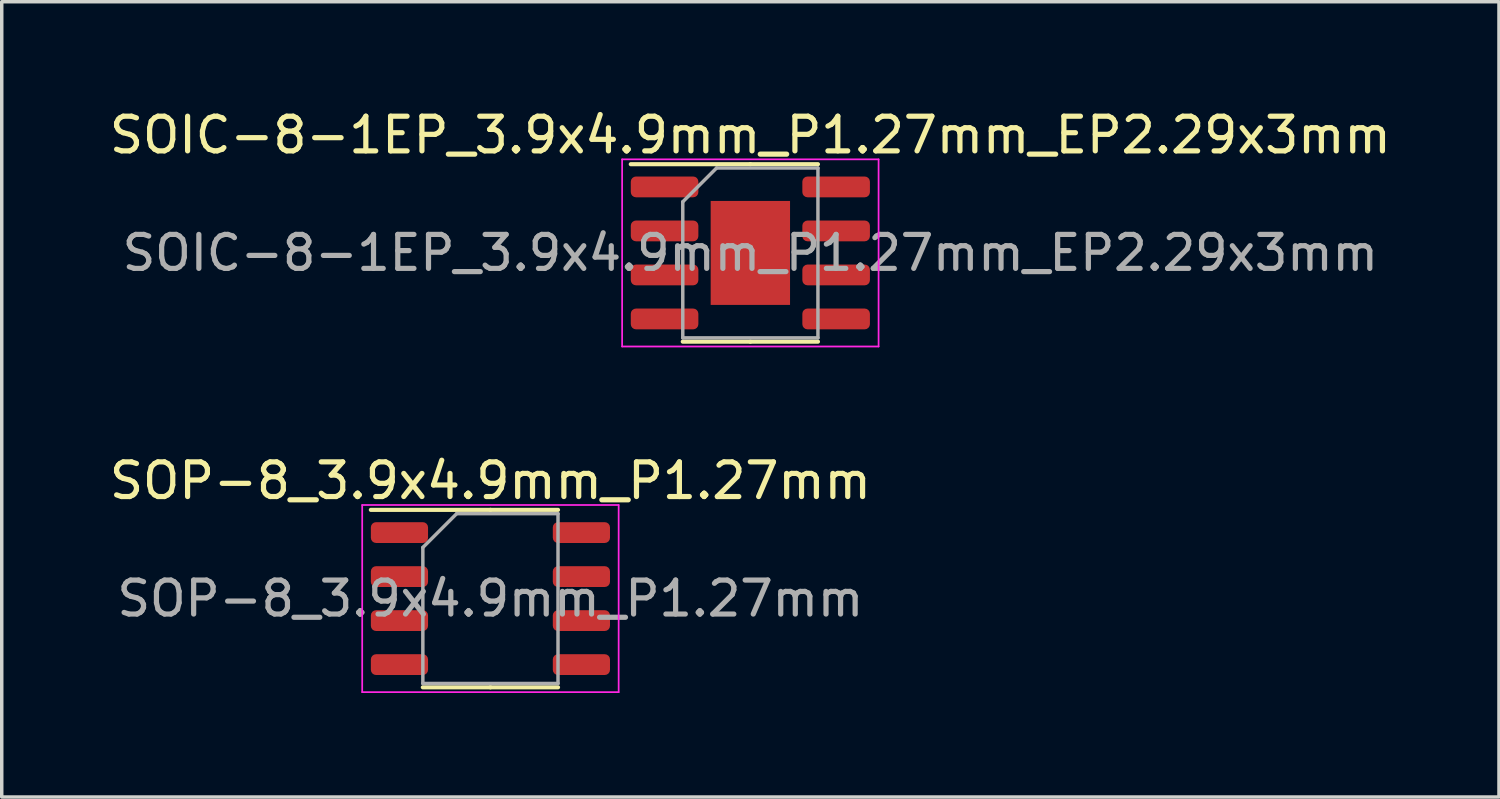
<source format=kicad_pcb>
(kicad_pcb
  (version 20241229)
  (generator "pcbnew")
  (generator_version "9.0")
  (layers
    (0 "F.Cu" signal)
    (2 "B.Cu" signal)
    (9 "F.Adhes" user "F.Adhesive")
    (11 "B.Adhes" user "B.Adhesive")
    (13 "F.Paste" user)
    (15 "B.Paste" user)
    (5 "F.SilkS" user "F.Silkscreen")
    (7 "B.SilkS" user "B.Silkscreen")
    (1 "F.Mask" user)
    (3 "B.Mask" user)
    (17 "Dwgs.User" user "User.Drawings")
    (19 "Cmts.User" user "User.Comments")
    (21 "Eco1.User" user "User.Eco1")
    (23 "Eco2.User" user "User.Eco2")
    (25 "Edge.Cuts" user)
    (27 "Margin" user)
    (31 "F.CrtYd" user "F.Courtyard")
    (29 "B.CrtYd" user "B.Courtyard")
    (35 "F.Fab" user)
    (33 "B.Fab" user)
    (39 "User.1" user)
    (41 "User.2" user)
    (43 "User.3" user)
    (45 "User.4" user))
  (footprint "SOP-8_3.9x4.9mm_P1.27mm"
    (layer "F.Cu")
    (at 11.101 14.222)
    (property "Reference" "SOP-8_3.9x4.9mm_P1.27mm" (at 0 -3.4 0) (layer "F.SilkS") (effects (font (size 1 1) (thickness 0.15))))
    (attr smd)
    (fp_line (start 0 -2.56) (end -3.45 -2.56) (stroke (width 0.12) (type solid)) (layer "F.SilkS"))
    (fp_line (start 0 -2.56) (end 1.95 -2.56) (stroke (width 0.12) (type solid)) (layer "F.SilkS"))
    (fp_line (start 0 2.56) (end -1.95 2.56) (stroke (width 0.12) (type solid)) (layer "F.SilkS"))
    (fp_line (start 0 2.56) (end 1.95 2.56) (stroke (width 0.12) (type solid)) (layer "F.SilkS"))
    (fp_line (start -3.7 -2.7) (end -3.7 2.7) (stroke (width 0.05) (type solid)) (layer "F.CrtYd"))
    (fp_line (start -3.7 2.7) (end 3.7 2.7) (stroke (width 0.05) (type solid)) (layer "F.CrtYd"))
    (fp_line (start 3.7 -2.7) (end -3.7 -2.7) (stroke (width 0.05) (type solid)) (layer "F.CrtYd"))
    (fp_line (start 3.7 2.7) (end 3.7 -2.7) (stroke (width 0.05) (type solid)) (layer "F.CrtYd"))
    (fp_line (start -1.95 -1.475) (end -0.975 -2.45) (stroke (width 0.1) (type solid)) (layer "F.Fab"))
    (fp_line (start -1.95 2.45) (end -1.95 -1.475) (stroke (width 0.1) (type solid)) (layer "F.Fab"))
    (fp_line (start -0.975 -2.45) (end 1.95 -2.45) (stroke (width 0.1) (type solid)) (layer "F.Fab"))
    (fp_line (start 1.95 -2.45) (end 1.95 2.45) (stroke (width 0.1) (type solid)) (layer "F.Fab"))
    (fp_line (start 1.95 2.45) (end -1.95 2.45) (stroke (width 0.1) (type solid)) (layer "F.Fab"))
    (fp_text user "${REFERENCE}" (at 0 0 0) (layer "F.Fab") (effects (font (size 0.98 0.98) (thickness 0.15))))
    (pad "D" smd roundrect (at 2.625 -1.905) (size 1.65 0.6) (layers "F.Cu" "F.Mask" "F.Paste") (roundrect_rratio 0.25))
    (pad "D" smd roundrect (at 2.625 -0.635) (size 1.65 0.6) (layers "F.Cu" "F.Mask" "F.Paste") (roundrect_rratio 0.25))
    (pad "D" smd roundrect (at 2.625 0.635) (size 1.65 0.6) (layers "F.Cu" "F.Mask" "F.Paste") (roundrect_rratio 0.25))
    (pad "D" smd roundrect (at 2.625 1.905) (size 1.65 0.6) (layers "F.Cu" "F.Mask" "F.Paste") (roundrect_rratio 0.25))
    (pad "G" smd roundrect (at -2.625 1.905) (size 1.65 0.6) (layers "F.Cu" "F.Mask" "F.Paste") (roundrect_rratio 0.25))
    (pad "S" smd roundrect (at -2.625 -1.905) (size 1.65 0.6) (layers "F.Cu" "F.Mask" "F.Paste") (roundrect_rratio 0.25))
    (pad "S" smd roundrect (at -2.625 -0.635) (size 1.65 0.6) (layers "F.Cu" "F.Mask" "F.Paste") (roundrect_rratio 0.25))
    (pad "S" smd roundrect (at -2.625 0.635) (size 1.65 0.6) (layers "F.Cu" "F.Mask" "F.Paste") (roundrect_rratio 0.25)))
  (footprint "SOIC-8-1EP_3.9x4.9mm_P1.27mm_EP2.29x3mm"
    (layer "F.Cu")
    (at 18.601 4.248)
    (property "Reference" "SOIC-8-1EP_3.9x4.9mm_P1.27mm_EP2.29x3mm" (at 0 -3.4 0) (layer "F.SilkS") (effects (font (size 1 1) (thickness 0.15))))
    (attr smd)
    (fp_line (start 0 -2.56) (end -3.45 -2.56) (stroke (width 0.12) (type solid)) (layer "F.SilkS"))
    (fp_line (start 0 -2.56) (end 1.95 -2.56) (stroke (width 0.12) (type solid)) (layer "F.SilkS"))
    (fp_line (start 0 2.56) (end -1.95 2.56) (stroke (width 0.12) (type solid)) (layer "F.SilkS"))
    (fp_line (start 0 2.56) (end 1.95 2.56) (stroke (width 0.12) (type solid)) (layer "F.SilkS"))
    (fp_line (start -3.7 -2.7) (end -3.7 2.7) (stroke (width 0.05) (type solid)) (layer "F.CrtYd"))
    (fp_line (start -3.7 2.7) (end 3.7 2.7) (stroke (width 0.05) (type solid)) (layer "F.CrtYd"))
    (fp_line (start 3.7 -2.7) (end -3.7 -2.7) (stroke (width 0.05) (type solid)) (layer "F.CrtYd"))
    (fp_line (start 3.7 2.7) (end 3.7 -2.7) (stroke (width 0.05) (type solid)) (layer "F.CrtYd"))
    (fp_line (start -1.95 -1.475) (end -0.975 -2.45) (stroke (width 0.1) (type solid)) (layer "F.Fab"))
    (fp_line (start -1.95 2.45) (end -1.95 -1.475) (stroke (width 0.1) (type solid)) (layer "F.Fab"))
    (fp_line (start -0.975 -2.45) (end 1.95 -2.45) (stroke (width 0.1) (type solid)) (layer "F.Fab"))
    (fp_line (start 1.95 -2.45) (end 1.95 2.45) (stroke (width 0.1) (type solid)) (layer "F.Fab"))
    (fp_line (start 1.95 2.45) (end -1.95 2.45) (stroke (width 0.1) (type solid)) (layer "F.Fab"))
    (fp_text user "${REFERENCE}" (at 0 0 0) (layer "F.Fab") (effects (font (size 0.98 0.98) (thickness 0.15))))
    (pad "" smd roundrect (at -0.57 -0.75) (size 0.92 1.21) (layers "F.Paste") (roundrect_rratio 0.25))
    (pad "" smd roundrect (at -0.57 0.75) (size 0.92 1.21) (layers "F.Paste") (roundrect_rratio 0.25))
    (pad "" smd roundrect (at 0.57 -0.75) (size 0.92 1.21) (layers "F.Paste") (roundrect_rratio 0.25))
    (pad "" smd roundrect (at 0.57 0.75) (size 0.92 1.21) (layers "F.Paste") (roundrect_rratio 0.25))
    (pad "1" smd roundrect (at -2.475 -1.905) (size 1.95 0.6) (layers "F.Cu" "F.Mask" "F.Paste") (roundrect_rratio 0.25))
    (pad "2" smd roundrect (at -2.475 -0.635) (size 1.95 0.6) (layers "F.Cu" "F.Mask" "F.Paste") (roundrect_rratio 0.25))
    (pad "3" smd roundrect (at -2.475 0.635) (size 1.95 0.6) (layers "F.Cu" "F.Mask" "F.Paste") (roundrect_rratio 0.25))
    (pad "4" smd roundrect (at -2.475 1.905) (size 1.95 0.6) (layers "F.Cu" "F.Mask" "F.Paste") (roundrect_rratio 0.25))
    (pad "5" smd roundrect (at 2.475 1.905) (size 1.95 0.6) (layers "F.Cu" "F.Mask" "F.Paste") (roundrect_rratio 0.25))
    (pad "6" smd roundrect (at 2.475 0.635) (size 1.95 0.6) (layers "F.Cu" "F.Mask" "F.Paste") (roundrect_rratio 0.25))
    (pad "7" smd roundrect (at 2.475 -0.635) (size 1.95 0.6) (layers "F.Cu" "F.Mask" "F.Paste") (roundrect_rratio 0.25))
    (pad "8" smd roundrect (at 2.475 -1.905) (size 1.95 0.6) (layers "F.Cu" "F.Mask" "F.Paste") (roundrect_rratio 0.25))
    (pad "9" smd rect (at 0 0) (size 2.29 3) (layers "F.Cu" "F.Mask")))
  (gr_rect
    (start -3 -3)
    (end 40.202 19.947)
    (stroke (width 0.1) (type default))
    (fill no)
    (layer "Edge.Cuts")))
</source>
